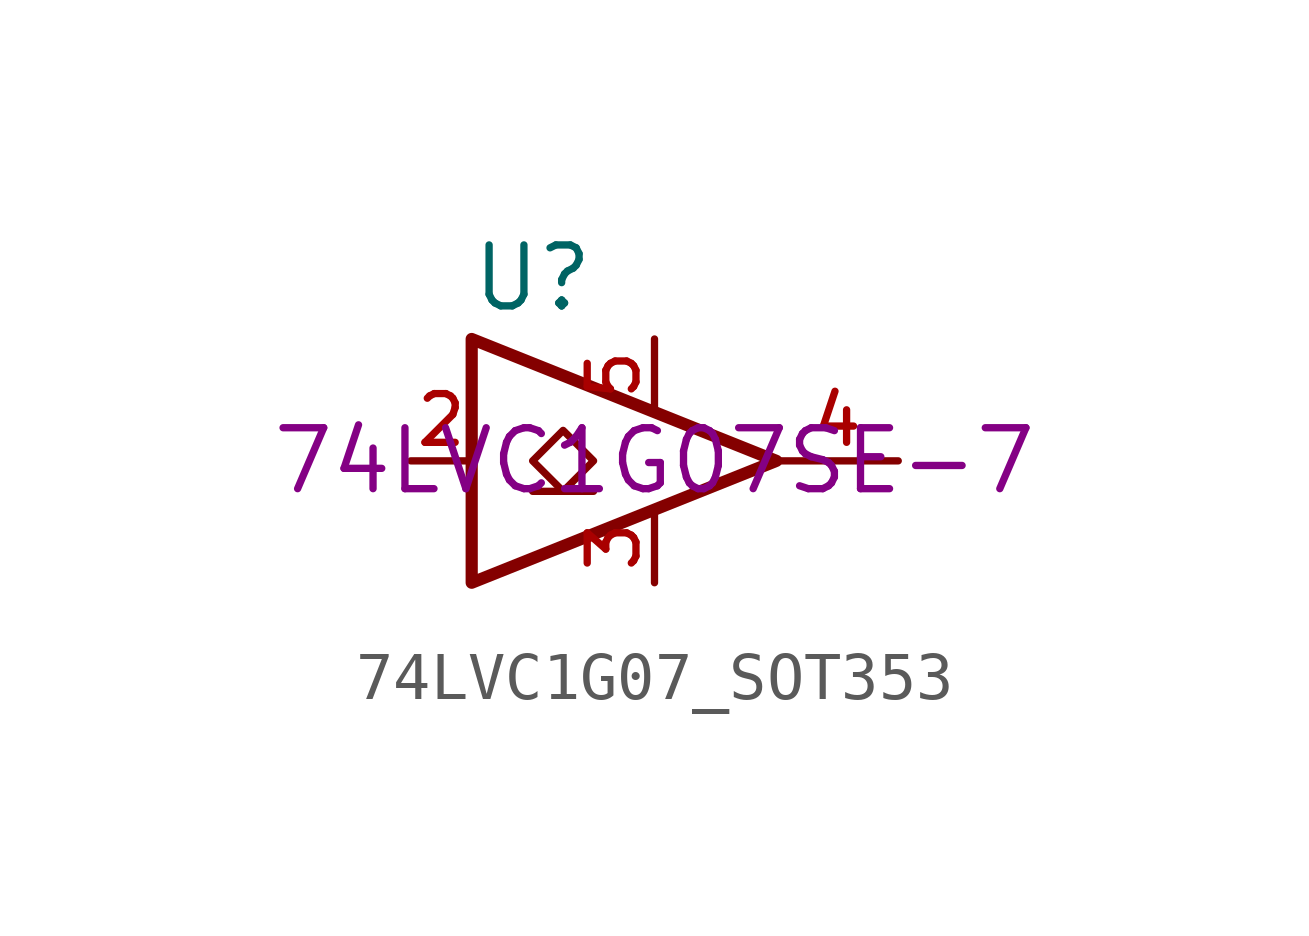
<source format=kicad_sym>
(kicad_symbol_lib
  (version 20211014)
  (generator kicad_symbol_editor)
  (symbol "74LVC1G07_SOT353"
    (pin_names
      (offset 1.016))
    (property "Reference" "U"
      (at -2.54 3.81 0)
      (effects (font (size 1.27 1.27))))
    (property "Manufacturer Part Number" "74LVC1G07SE-7"
      (at 0 0 0)
      (effects (font (size 1.27 1.27))))
    (symbol "74LVC1G07_SOT353_0_1"
      (polyline (pts (xy -2.54 -0.635) (xy -1.27 -0.635)) (stroke (width 0) (type default) (color 0 0 0 0)) (fill (type none)))
      (polyline (pts (xy -3.81 2.54) (xy -3.81 -2.54) (xy 2.54 0) (xy -3.81 2.54)) (stroke (width 0.254) (type default) (color 0 0 0 0)) (fill (type none)))
      (polyline (pts (xy -1.905 0.635) (xy -2.54 0) (xy -1.905 -0.635) (xy -1.27 0) (xy -1.905 0.635)) (stroke (width 0) (type default) (color 0 0 0 0)) (fill (type none))))
    (symbol "74LVC1G07_SOT353_1_1"
      (pin no_connect line (at -7.62 3.175 0) (length 2.54) hide (name "NC" (effects (font (size 1.27 1.27)))) (number "1" (effects (font (size 1.27 1.27)))))
      (pin input line (at -5.08 0 0) (length 1.27) (name "~" (effects (font (size 1.016 1.016)))) (number "2" (effects (font (size 1.016 1.016)))))
      (pin power_in line (at 0 -2.54 90) (length 1.499) (name "~" (effects (font (size 1.016 1.016)))) (number "3" (effects (font (size 1.016 1.016)))))
      (pin open_collector line (at 5.08 0 180) (length 2.54) (name "~" (effects (font (size 1.016 1.016)))) (number "4" (effects (font (size 1.016 1.016)))))
      (pin power_in line (at 0 2.54 270) (length 1.499) (name "~" (effects (font (size 1.016 1.016)))) (number "5" (effects (font (size 1.016 1.016))))))))
</source>
